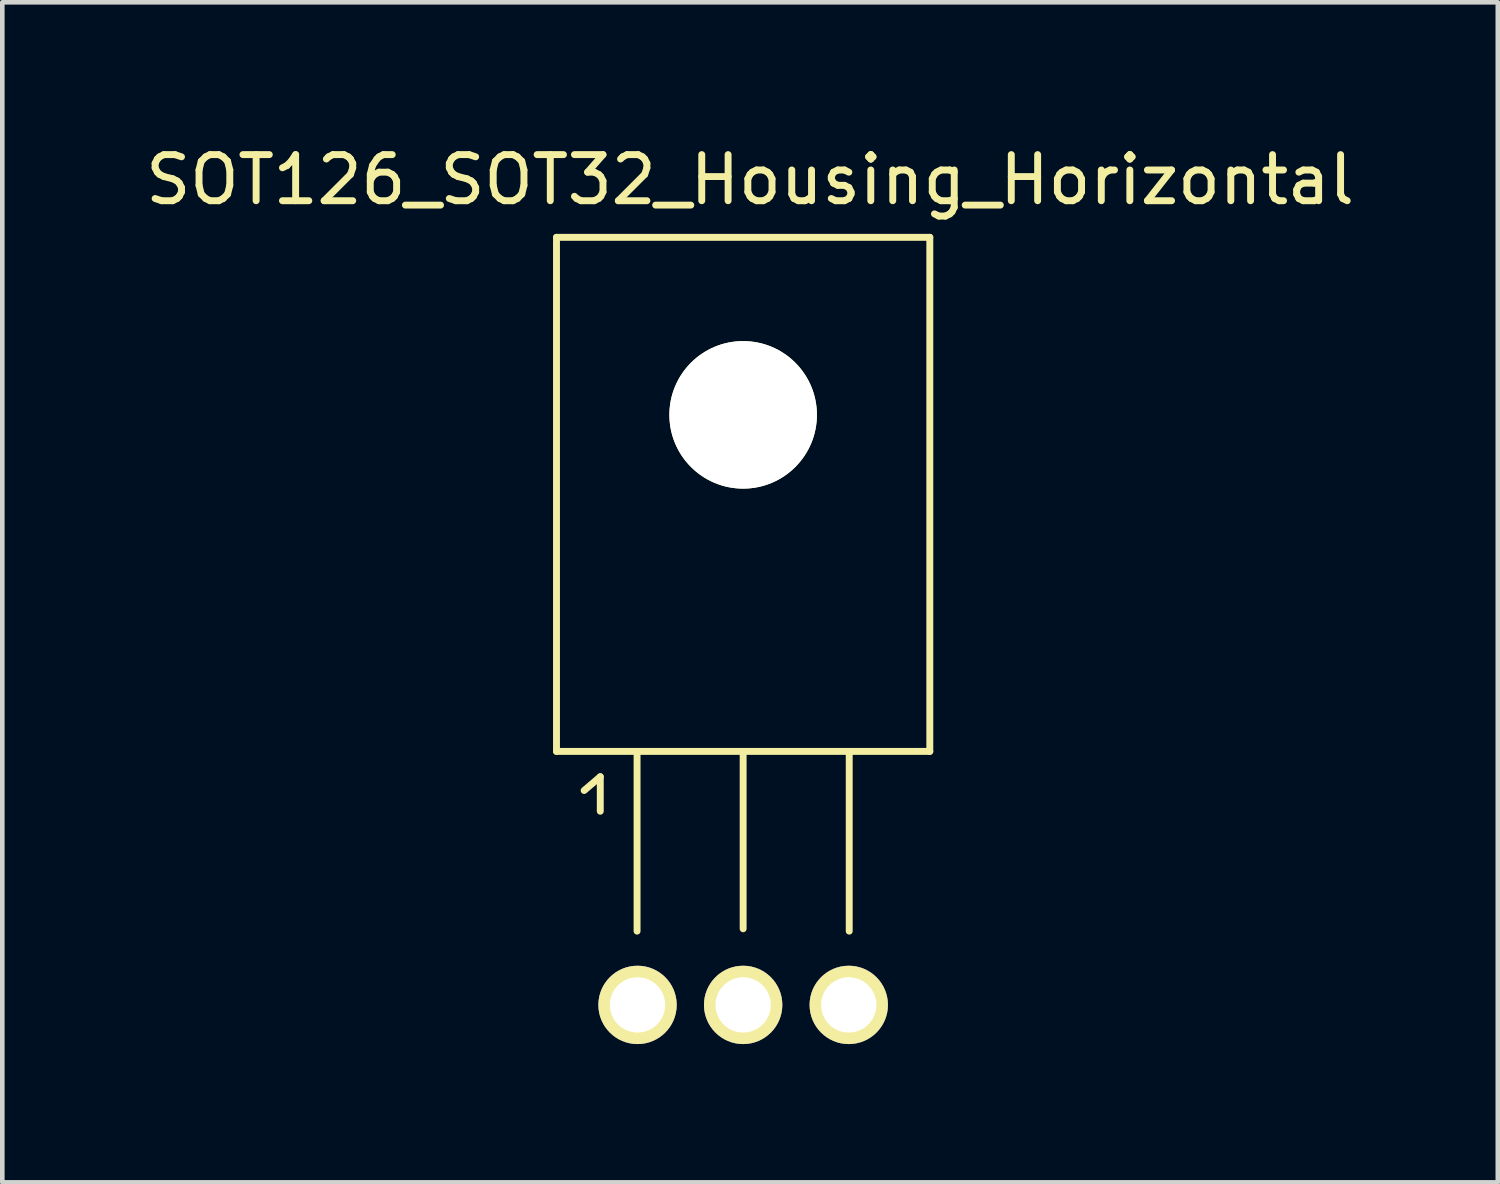
<source format=kicad_pcb>
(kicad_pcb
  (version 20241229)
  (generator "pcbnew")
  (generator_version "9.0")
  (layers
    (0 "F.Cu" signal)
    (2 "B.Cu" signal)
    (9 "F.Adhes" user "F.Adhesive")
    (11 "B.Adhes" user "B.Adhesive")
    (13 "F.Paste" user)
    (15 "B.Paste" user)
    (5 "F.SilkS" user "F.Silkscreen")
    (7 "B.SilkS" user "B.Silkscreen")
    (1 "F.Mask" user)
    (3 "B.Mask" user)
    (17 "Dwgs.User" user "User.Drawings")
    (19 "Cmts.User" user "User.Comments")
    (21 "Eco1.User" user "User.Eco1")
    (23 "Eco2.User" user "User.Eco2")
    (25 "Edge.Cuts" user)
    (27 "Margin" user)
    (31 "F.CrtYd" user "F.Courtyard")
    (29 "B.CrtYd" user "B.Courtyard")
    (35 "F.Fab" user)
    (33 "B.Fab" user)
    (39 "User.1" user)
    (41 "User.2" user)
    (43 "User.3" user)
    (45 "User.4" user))
  (footprint "SOT126_SOT32_Housing_Horizontal"
    (layer "F.Cu")
    (at 13.07 18.748)
    (property "Reference" "SOT126_SOT32_Housing_Horizontal" (at 0.15 -17.899 0) (layer "F.SilkS") (effects (font (size 1 1) (thickness 0.15))))
    (attr through_hole)
    (fp_line (start -4.049 -16.65) (end -4.049 -5.499) (stroke (width 0.15) (type solid)) (layer "F.SilkS"))
    (fp_line (start -3.449 -4.651) (end -3.099 -4.95) (stroke (width 0.15) (type solid)) (layer "F.SilkS"))
    (fp_line (start -3.099 -4.95) (end -3.099 -4.201) (stroke (width 0.15) (type solid)) (layer "F.SilkS"))
    (fp_line (start -2.301 -5.499) (end -2.301 -1.6) (stroke (width 0.15) (type solid)) (layer "F.SilkS"))
    (fp_line (start 0 -5.499) (end 0 -1.651) (stroke (width 0.15) (type solid)) (layer "F.SilkS"))
    (fp_line (start 2.301 -5.499) (end 2.301 -1.6) (stroke (width 0.15) (type solid)) (layer "F.SilkS"))
    (fp_line (start 4.049 -16.65) (end -4.049 -16.65) (stroke (width 0.15) (type solid)) (layer "F.SilkS"))
    (fp_line (start 4.049 -5.499) (end -4.049 -5.499) (stroke (width 0.15) (type solid)) (layer "F.SilkS"))
    (fp_line (start 4.049 -5.499) (end 4.049 -16.65) (stroke (width 0.15) (type solid)) (layer "F.SilkS"))
    (pad "" np_thru_hole circle (at 0 -12.799) (size 3.2 3.2) (drill 3.2) (layers "*.Cu" "*.Mask" "F.SilkS"))
    (pad "1" thru_hole circle (at -2.291 0) (size 1.699 1.699) (drill 1.199) (layers "*.Cu" "*.Mask" "F.SilkS"))
    (pad "2" thru_hole circle (at 0 0) (size 1.699 1.699) (drill 1.199) (layers "*.Cu" "*.Mask" "F.SilkS"))
    (pad "3" thru_hole circle (at 2.291 0) (size 1.699 1.699) (drill 1.199) (layers "*.Cu" "*.Mask" "F.SilkS")))
  (gr_rect
    (start -3 -3)
    (end 29.44 22.597)
    (stroke (width 0.1) (type default))
    (fill no)
    (layer "Edge.Cuts")))
</source>
